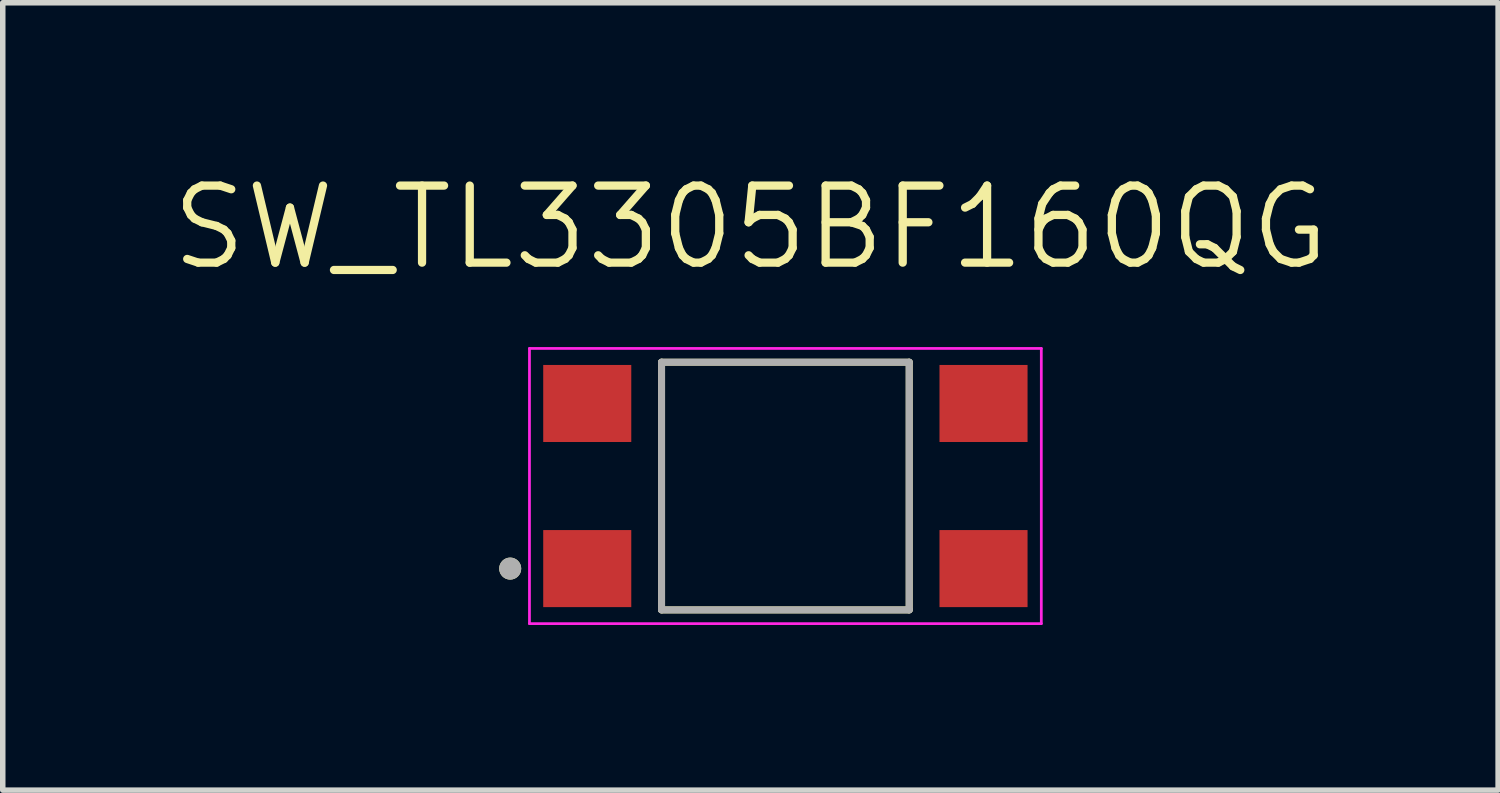
<source format=kicad_pcb>
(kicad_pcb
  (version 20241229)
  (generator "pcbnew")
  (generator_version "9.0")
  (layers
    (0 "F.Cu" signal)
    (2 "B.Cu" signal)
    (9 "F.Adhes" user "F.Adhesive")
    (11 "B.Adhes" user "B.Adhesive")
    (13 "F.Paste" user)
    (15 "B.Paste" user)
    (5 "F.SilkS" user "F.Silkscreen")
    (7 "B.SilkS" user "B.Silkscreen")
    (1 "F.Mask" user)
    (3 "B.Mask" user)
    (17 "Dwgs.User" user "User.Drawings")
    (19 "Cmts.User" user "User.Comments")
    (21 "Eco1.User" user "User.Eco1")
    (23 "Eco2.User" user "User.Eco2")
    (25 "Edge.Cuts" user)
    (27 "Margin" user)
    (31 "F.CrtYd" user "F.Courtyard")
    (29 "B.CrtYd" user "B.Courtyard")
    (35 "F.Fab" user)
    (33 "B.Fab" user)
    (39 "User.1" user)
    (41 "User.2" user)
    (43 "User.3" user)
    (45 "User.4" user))
  (footprint "SW_TL3305BF160QG"
    (layer "F.Cu")
    (at 11.22 5.781)
    (property "Reference" "SW_TL3305BF160QG" (at -0.635 -4.699 0) (layer "F.SilkS") (effects (font (size 1.4 1.4) (thickness 0.15))))
    (attr smd)
    (fp_line (start -2.25 -2.25) (end -2.25 2.25) (stroke (width 0.127) (type solid)) (layer "F.SilkS"))
    (fp_line (start -2.25 2.25) (end 2.25 2.25) (stroke (width 0.127) (type solid)) (layer "F.SilkS"))
    (fp_line (start 2.25 -2.25) (end -2.25 -2.25) (stroke (width 0.127) (type solid)) (layer "F.SilkS"))
    (fp_line (start 2.25 2.25) (end 2.25 -2.25) (stroke (width 0.127) (type solid)) (layer "F.SilkS"))
    (fp_circle (center -5 1.5) (end -4.9 1.5) (stroke (width 0.2) (type solid)) (fill no) (layer "F.SilkS"))
    (fp_line (start -4.65 -2.5) (end 4.65 -2.5) (stroke (width 0.05) (type solid)) (layer "F.CrtYd"))
    (fp_line (start -4.65 2.5) (end -4.65 -2.5) (stroke (width 0.05) (type solid)) (layer "F.CrtYd"))
    (fp_line (start 4.65 -2.5) (end 4.65 2.5) (stroke (width 0.05) (type solid)) (layer "F.CrtYd"))
    (fp_line (start 4.65 2.5) (end -4.65 2.5) (stroke (width 0.05) (type solid)) (layer "F.CrtYd"))
    (fp_line (start -2.25 -2.25) (end 2.25 -2.25) (stroke (width 0.127) (type solid)) (layer "F.Fab"))
    (fp_line (start -2.25 2.25) (end -2.25 -2.25) (stroke (width 0.127) (type solid)) (layer "F.Fab"))
    (fp_line (start 2.25 -2.25) (end 2.25 2.25) (stroke (width 0.127) (type solid)) (layer "F.Fab"))
    (fp_line (start 2.25 2.25) (end -2.25 2.25) (stroke (width 0.127) (type solid)) (layer "F.Fab"))
    (fp_circle (center -5 1.5) (end -4.9 1.5) (stroke (width 0.2) (type solid)) (fill no) (layer "F.Fab"))
    (pad "1" smd rect (at -3.6 1.5) (size 1.6 1.4) (layers "F.Cu" "F.Mask" "F.Paste"))
    (pad "2" smd rect (at 3.6 1.5) (size 1.6 1.4) (layers "F.Cu" "F.Mask" "F.Paste"))
    (pad "3" smd rect (at -3.6 -1.5) (size 1.6 1.4) (layers "F.Cu" "F.Mask" "F.Paste"))
    (pad "4" smd rect (at 3.6 -1.5) (size 1.6 1.4) (layers "F.Cu" "F.Mask" "F.Paste")))
  (gr_rect
    (start -3 -3)
    (end 24.17 11.306)
    (stroke (width 0.1) (type default))
    (fill no)
    (layer "Edge.Cuts")))
</source>
